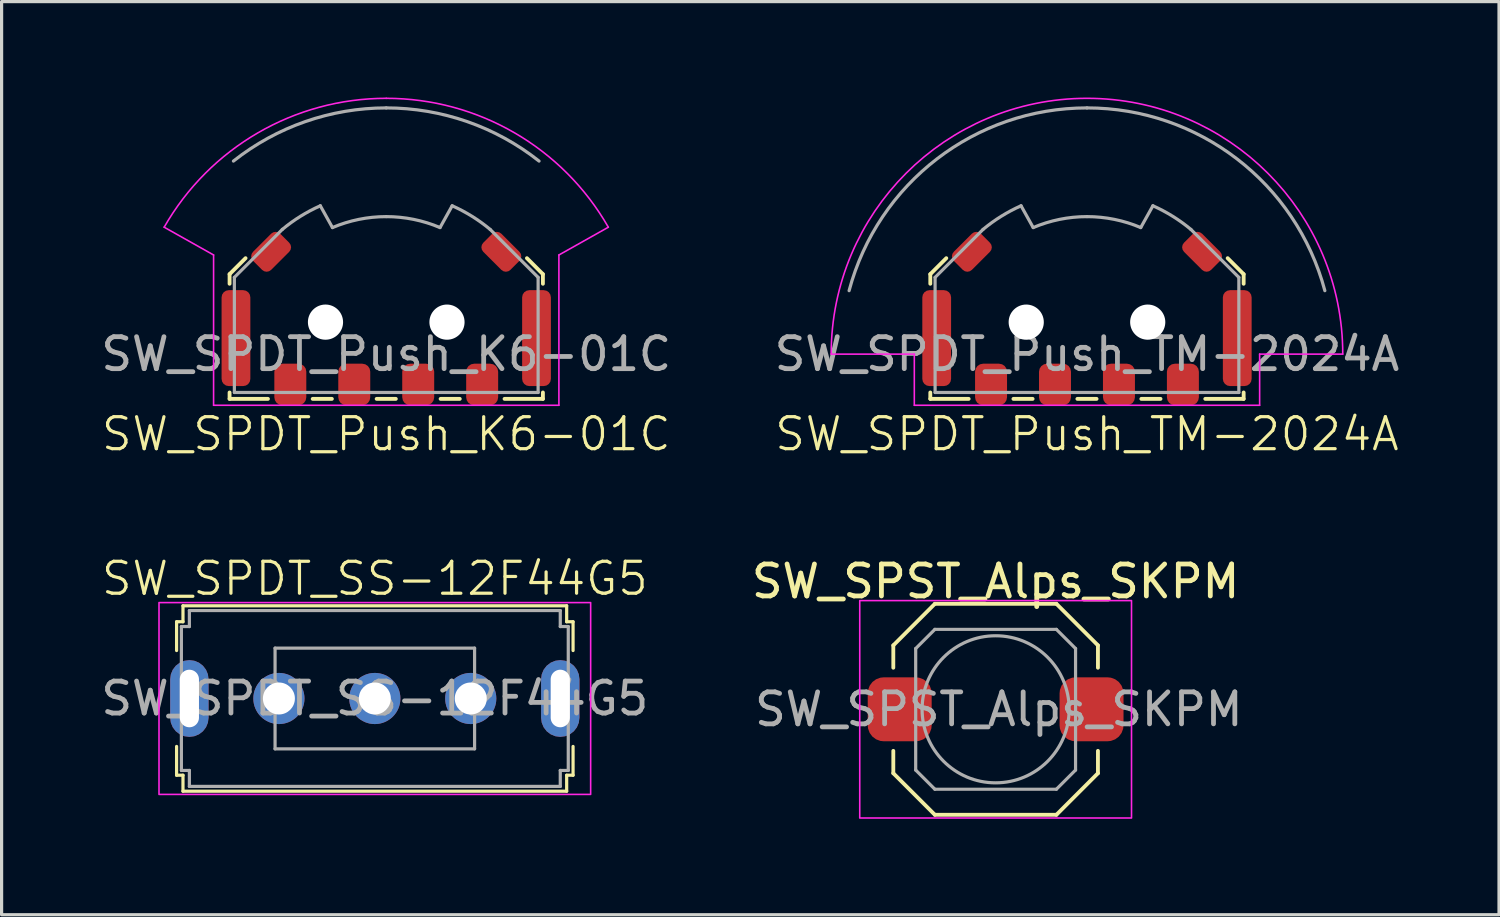
<source format=kicad_pcb>
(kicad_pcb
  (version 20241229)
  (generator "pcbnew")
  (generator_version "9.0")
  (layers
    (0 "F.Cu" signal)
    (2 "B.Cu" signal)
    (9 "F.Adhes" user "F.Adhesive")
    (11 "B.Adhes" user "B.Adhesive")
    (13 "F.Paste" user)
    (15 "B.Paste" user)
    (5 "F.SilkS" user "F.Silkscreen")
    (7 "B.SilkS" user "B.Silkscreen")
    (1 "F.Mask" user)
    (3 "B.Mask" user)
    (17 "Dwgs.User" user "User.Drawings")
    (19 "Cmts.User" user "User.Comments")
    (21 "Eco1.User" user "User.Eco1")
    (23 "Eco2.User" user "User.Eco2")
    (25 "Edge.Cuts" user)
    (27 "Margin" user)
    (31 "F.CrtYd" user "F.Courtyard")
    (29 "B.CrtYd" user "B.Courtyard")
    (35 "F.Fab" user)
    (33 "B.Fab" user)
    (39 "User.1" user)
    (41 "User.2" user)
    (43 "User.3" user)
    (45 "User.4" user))
  (footprint "SW_SPDT_Push_TM-2024A"
    (layer "F.Cu")
    (at 30.946 8.025)
    (property "Reference" "SW_SPDT_Push_TM-2024A" (at 0 2.5 0) (unlocked yes) (layer "F.SilkS") (effects (font (size 1 1) (thickness 0.1))))
    (attr smd)
    (fp_line (start -4.9 -2.5) (end -4.9 -2.2) (stroke (width 0.12) (type default)) (layer "F.SilkS"))
    (fp_line (start -4.9 1.2) (end -4.9 1.4) (stroke (width 0.12) (type default)) (layer "F.SilkS"))
    (fp_line (start -4.9 1.4) (end -3.7 1.4) (stroke (width 0.12) (type default)) (layer "F.SilkS"))
    (fp_line (start -4.4 -3) (end -4.9 -2.5) (stroke (width 0.12) (type default)) (layer "F.SilkS"))
    (fp_line (start -2.3 1.4) (end -1.7 1.4) (stroke (width 0.12) (type default)) (layer "F.SilkS"))
    (fp_line (start -0.3 1.4) (end 0.3 1.4) (stroke (width 0.12) (type default)) (layer "F.SilkS"))
    (fp_line (start 1.7 1.4) (end 2.3 1.4) (stroke (width 0.12) (type default)) (layer "F.SilkS"))
    (fp_line (start 3.7 1.4) (end 4.9 1.4) (stroke (width 0.12) (type default)) (layer "F.SilkS"))
    (fp_line (start 4.4 -3) (end 4.9 -2.5) (stroke (width 0.12) (type default)) (layer "F.SilkS"))
    (fp_line (start 4.9 -2.5) (end 4.9 -2.2) (stroke (width 0.12) (type default)) (layer "F.SilkS"))
    (fp_line (start 4.9 1.2) (end 4.9 1.4) (stroke (width 0.12) (type default)) (layer "F.SilkS"))
    (fp_line (start -8 0) (end -5.4 0) (stroke (width 0.05) (type default)) (layer "F.CrtYd"))
    (fp_line (start -5.4 1.6) (end -5.4 0) (stroke (width 0.05) (type default)) (layer "F.CrtYd"))
    (fp_line (start -5.4 1.6) (end 5.4 1.6) (stroke (width 0.05) (type default)) (layer "F.CrtYd"))
    (fp_line (start 5.4 0) (end 8 0) (stroke (width 0.05) (type default)) (layer "F.CrtYd"))
    (fp_line (start 5.4 1.6) (end 5.4 0) (stroke (width 0.05) (type default)) (layer "F.CrtYd"))
    (fp_arc (start -8 0) (mid 0 -8) (end 8 0) (stroke (width 0.05) (type default)) (layer "F.CrtYd"))
    (fp_line (start -4.75 -2.4) (end -4.75 1.2) (stroke (width 0.1) (type default)) (layer "F.Fab"))
    (fp_line (start -3.25 -3.9) (end -4.75 -2.4) (stroke (width 0.1) (type default)) (layer "F.Fab"))
    (fp_line (start -2.062 -4.639) (end -1.682 -3.957) (stroke (width 0.1) (type default)) (layer "F.Fab"))
    (fp_line (start 2.062 -4.639) (end 1.682 -3.957) (stroke (width 0.1) (type default)) (layer "F.Fab"))
    (fp_line (start 4.75 -2.4) (end 3.25 -3.9) (stroke (width 0.1) (type default)) (layer "F.Fab"))
    (fp_line (start 4.75 -2.4) (end 4.75 1.2) (stroke (width 0.1) (type default)) (layer "F.Fab"))
    (fp_line (start 4.75 1.2) (end -4.75 1.2) (stroke (width 0.1) (type default)) (layer "F.Fab"))
    (fp_arc (start -7.440009 -1.984002) (mid -4.691118 -6.106014) (end 0 -7.7) (stroke (width 0.1) (type default)) (layer "F.Fab"))
    (fp_arc (start -3.25 -3.9) (mid -2.681502 -4.31069) (end -2.061828 -4.639112) (stroke (width 0.1) (type default)) (layer "F.Fab"))
    (fp_arc (start -1.681905 -3.957423) (mid -0.85822 -4.213486) (end 0 -4.3) (stroke (width 0.1) (type default)) (layer "F.Fab"))
    (fp_arc (start 0 -7.7) (mid 4.691118 -6.106014) (end 7.440009 -1.984002) (stroke (width 0.1) (type default)) (layer "F.Fab"))
    (fp_arc (start 0 -4.3) (mid 0.85822 -4.213485) (end 1.681905 -3.957423) (stroke (width 0.1) (type default)) (layer "F.Fab"))
    (fp_arc (start 2.061828 -4.639112) (mid 2.681501 -4.31069) (end 3.25 -3.9) (stroke (width 0.1) (type default)) (layer "F.Fab"))
    (fp_text user "${REFERENCE}" (at 0 0 0) (unlocked yes) (layer "F.Fab") (effects (font (size 1 1) (thickness 0.15))))
    (pad "" np_thru_hole circle (at -1.9 -1) (size 1.1 1.1) (drill 1.1) (layers "*.Cu" "*.Mask"))
    (pad "" np_thru_hole circle (at 1.9 -1) (size 1.1 1.1) (drill 1.1) (layers "*.Cu" "*.Mask"))
    (pad "1" smd roundrect (at 3 0.95) (size 1 1.3) (layers "F.Cu" "F.Mask" "F.Paste") (roundrect_rratio 0.25))
    (pad "2" smd roundrect (at -3 0.95) (size 1 1.3) (layers "F.Cu" "F.Mask" "F.Paste") (roundrect_rratio 0.25))
    (pad "C" smd roundrect (at 1 0.95) (size 1 1.3) (layers "F.Cu" "F.Mask" "F.Paste") (roundrect_rratio 0.25))
    (pad "MP" smd roundrect (at -4.7 -0.5) (size 0.9 3) (layers "F.Cu" "F.Mask" "F.Paste") (roundrect_rratio 0.25))
    (pad "MP" smd roundrect (at -3.6 -3.2 315) (size 0.8 1.2) (layers "F.Cu" "F.Mask" "F.Paste") (roundrect_rratio 0.25))
    (pad "MP" smd roundrect (at 3.6 -3.2 45) (size 0.8 1.2) (layers "F.Cu" "F.Mask" "F.Paste") (roundrect_rratio 0.25))
    (pad "MP" smd roundrect (at 4.7 -0.5) (size 0.9 3) (layers "F.Cu" "F.Mask" "F.Paste") (roundrect_rratio 0.25))
    (pad "T" smd roundrect (at -1 0.95) (size 1 1.3) (layers "F.Cu" "F.Mask" "F.Paste") (roundrect_rratio 0.25)))
  (footprint "SW_SPDT_SS-12F44G5"
    (layer "F.Cu")
    (at 8.673 18.796)
    (property "Reference" "SW_SPDT_SS-12F44G5" (at 0 -3.75 0) (unlocked yes) (layer "F.SilkS") (effects (font (size 1 1) (thickness 0.1))))
    (attr smd)
    (fp_line (start -6.2 -2.4) (end -6.2 -1.5) (stroke (width 0.1) (type default)) (layer "F.SilkS"))
    (fp_line (start -6.2 2.4) (end -6.2 1.5) (stroke (width 0.1) (type default)) (layer "F.SilkS"))
    (fp_line (start -6 -2.9) (end -6 -2.4) (stroke (width 0.1) (type default)) (layer "F.SilkS"))
    (fp_line (start -6 -2.9) (end 6 -2.9) (stroke (width 0.1) (type default)) (layer "F.SilkS"))
    (fp_line (start -6 -2.4) (end -6.2 -2.4) (stroke (width 0.1) (type default)) (layer "F.SilkS"))
    (fp_line (start -6 2.4) (end -6.2 2.4) (stroke (width 0.1) (type default)) (layer "F.SilkS"))
    (fp_line (start -6 2.9) (end -6 2.4) (stroke (width 0.1) (type default)) (layer "F.SilkS"))
    (fp_line (start -6 2.9) (end 6 2.9) (stroke (width 0.1) (type default)) (layer "F.SilkS"))
    (fp_line (start 6 -2.9) (end 6 -2.4) (stroke (width 0.1) (type default)) (layer "F.SilkS"))
    (fp_line (start 6 -2.4) (end 6.2 -2.4) (stroke (width 0.1) (type default)) (layer "F.SilkS"))
    (fp_line (start 6 2.4) (end 6.2 2.4) (stroke (width 0.1) (type default)) (layer "F.SilkS"))
    (fp_line (start 6 2.9) (end 6 2.4) (stroke (width 0.1) (type default)) (layer "F.SilkS"))
    (fp_line (start 6.2 -2.4) (end 6.2 -1.5) (stroke (width 0.1) (type default)) (layer "F.SilkS"))
    (fp_line (start 6.2 2.4) (end 6.2 1.5) (stroke (width 0.1) (type default)) (layer "F.SilkS"))
    (fp_rect (start -6.75 -3) (end 6.75 3) (stroke (width 0.05) (type default)) (fill no) (layer "F.CrtYd"))
    (fp_line (start -6.05 -2.25) (end -6.05 2.25) (stroke (width 0.1) (type default)) (layer "F.Fab"))
    (fp_line (start -6.05 -2.25) (end -5.8 -2.25) (stroke (width 0.1) (type default)) (layer "F.Fab"))
    (fp_line (start -6.05 2.25) (end -5.8 2.25) (stroke (width 0.1) (type default)) (layer "F.Fab"))
    (fp_line (start -5.8 -2.75) (end -5.8 -2.25) (stroke (width 0.1) (type default)) (layer "F.Fab"))
    (fp_line (start -5.8 -2.75) (end 5.8 -2.75) (stroke (width 0.1) (type default)) (layer "F.Fab"))
    (fp_line (start -5.8 2.75) (end -5.8 2.25) (stroke (width 0.1) (type default)) (layer "F.Fab"))
    (fp_line (start -5.8 2.75) (end 5.8 2.75) (stroke (width 0.1) (type default)) (layer "F.Fab"))
    (fp_line (start -3.12 -1.575) (end 3.12 -1.575) (stroke (width 0.1) (type default)) (layer "F.Fab"))
    (fp_line (start -3.12 1.575) (end -3.12 -1.575) (stroke (width 0.1) (type default)) (layer "F.Fab"))
    (fp_line (start -3.12 1.575) (end 3.12 1.575) (stroke (width 0.1) (type default)) (layer "F.Fab"))
    (fp_line (start 3.12 -1.575) (end 3.12 1.575) (stroke (width 0.1) (type default)) (layer "F.Fab"))
    (fp_line (start 5.8 -2.75) (end 5.8 -2.25) (stroke (width 0.1) (type default)) (layer "F.Fab"))
    (fp_line (start 5.8 -2.25) (end 6.05 -2.25) (stroke (width 0.1) (type default)) (layer "F.Fab"))
    (fp_line (start 5.8 2.75) (end 5.8 2.25) (stroke (width 0.1) (type default)) (layer "F.Fab"))
    (fp_line (start 6.05 -2.25) (end 6.05 2.25) (stroke (width 0.1) (type default)) (layer "F.Fab"))
    (fp_line (start 6.05 2.25) (end 5.8 2.25) (stroke (width 0.1) (type default)) (layer "F.Fab"))
    (fp_text user "${REFERENCE}" (at 0 0 0) (unlocked yes) (layer "F.Fab") (effects (font (size 1 1) (thickness 0.15))))
    (pad "1" thru_hole circle (at -3 0) (size 1.6 1.6) (drill 1) (layers "*.Cu" "*.Mask"))
    (pad "2" thru_hole circle (at 0 0) (size 1.6 1.6) (drill 1) (layers "*.Cu" "*.Mask"))
    (pad "3" thru_hole circle (at 3 0) (size 1.6 1.6) (drill 1) (layers "*.Cu" "*.Mask"))
    (pad "SH" thru_hole roundrect (at -5.8 0) (size 1.2 2.4) (drill oval 0.6 1.8) (layers "*.Cu" "*.Mask") (roundrect_rratio 0.5))
    (pad "SH" thru_hole roundrect (at 5.8 0) (size 1.2 2.4) (drill oval 0.6 1.8) (layers "*.Cu" "*.Mask") (roundrect_rratio 0.5)))
  (footprint "SW_SPST_Alps_SKPM"
    (layer "F.Cu")
    (at 28.089 19.134)
    (property "Reference" "SW_SPST_Alps_SKPM" (at 0 -4 0) (unlocked yes) (layer "F.SilkS") (effects (font (size 1 1) (thickness 0.15))))
    (attr smd)
    (fp_line (start -3.2 -2) (end -3.2 -1.3) (stroke (width 0.12) (type default)) (layer "F.SilkS"))
    (fp_line (start -3.2 2) (end -3.2 1.3) (stroke (width 0.12) (type default)) (layer "F.SilkS"))
    (fp_line (start -1.9 -3.3) (end -3.2 -2) (stroke (width 0.12) (type default)) (layer "F.SilkS"))
    (fp_line (start -1.9 3.3) (end -3.2 2) (stroke (width 0.12) (type default)) (layer "F.SilkS"))
    (fp_line (start 1.9 -3.3) (end -1.9 -3.3) (stroke (width 0.12) (type default)) (layer "F.SilkS"))
    (fp_line (start 1.9 -3.3) (end 3.2 -2) (stroke (width 0.12) (type default)) (layer "F.SilkS"))
    (fp_line (start 1.9 3.3) (end -1.9 3.3) (stroke (width 0.12) (type default)) (layer "F.SilkS"))
    (fp_line (start 1.9 3.3) (end 3.2 2) (stroke (width 0.12) (type default)) (layer "F.SilkS"))
    (fp_line (start 3.2 -2) (end 3.2 -1.3) (stroke (width 0.12) (type default)) (layer "F.SilkS"))
    (fp_line (start 3.2 2) (end 3.2 1.3) (stroke (width 0.12) (type default)) (layer "F.SilkS"))
    (fp_rect (start -4.25 -3.4) (end 4.25 3.4) (stroke (width 0.05) (type default)) (fill no) (layer "F.CrtYd"))
    (fp_line (start -2.5 -1.9) (end -2.5 1.9) (stroke (width 0.1) (type default)) (layer "F.Fab"))
    (fp_line (start -1.9 -2.5) (end -2.5 -1.9) (stroke (width 0.1) (type default)) (layer "F.Fab"))
    (fp_line (start -1.9 2.5) (end -2.5 1.9) (stroke (width 0.1) (type default)) (layer "F.Fab"))
    (fp_line (start 1.9 -2.5) (end -1.9 -2.5) (stroke (width 0.1) (type default)) (layer "F.Fab"))
    (fp_line (start 1.9 -2.5) (end 2.5 -1.9) (stroke (width 0.1) (type default)) (layer "F.Fab"))
    (fp_line (start 1.9 2.5) (end -1.9 2.5) (stroke (width 0.1) (type default)) (layer "F.Fab"))
    (fp_line (start 1.9 2.5) (end 2.5 1.9) (stroke (width 0.1) (type default)) (layer "F.Fab"))
    (fp_line (start 2.5 -1.9) (end 2.5 1.9) (stroke (width 0.1) (type default)) (layer "F.Fab"))
    (fp_circle (center 0 0) (end 2.3 0) (stroke (width 0.1) (type default)) (fill no) (layer "F.Fab"))
    (fp_text user "${REFERENCE}" (at 0.1 0 0) (unlocked yes) (layer "F.Fab") (effects (font (size 1 1) (thickness 0.15))))
    (pad "1" smd roundrect (at -3 0) (size 2 2) (layers "F.Cu" "F.Mask" "F.Paste") (roundrect_rratio 0.25))
    (pad "2" smd roundrect (at 3 0) (size 2 2) (layers "F.Cu" "F.Mask" "F.Paste") (roundrect_rratio 0.25)))
  (footprint "SW_SPDT_Push_K6-01C"
    (layer "F.Cu")
    (at 9.03 8.025)
    (property "Reference" "SW_SPDT_Push_K6-01C" (at 0 2.5 0) (unlocked yes) (layer "F.SilkS") (effects (font (size 1 1) (thickness 0.1))))
    (attr smd)
    (fp_line (start -4.9 -2.5) (end -4.9 -2.2) (stroke (width 0.12) (type default)) (layer "F.SilkS"))
    (fp_line (start -4.9 1.2) (end -4.9 1.4) (stroke (width 0.12) (type default)) (layer "F.SilkS"))
    (fp_line (start -4.9 1.4) (end -3.7 1.4) (stroke (width 0.12) (type default)) (layer "F.SilkS"))
    (fp_line (start -4.4 -3) (end -4.9 -2.5) (stroke (width 0.12) (type default)) (layer "F.SilkS"))
    (fp_line (start -2.3 1.4) (end -1.7 1.4) (stroke (width 0.12) (type default)) (layer "F.SilkS"))
    (fp_line (start -0.3 1.4) (end 0.3 1.4) (stroke (width 0.12) (type default)) (layer "F.SilkS"))
    (fp_line (start 1.7 1.4) (end 2.3 1.4) (stroke (width 0.12) (type default)) (layer "F.SilkS"))
    (fp_line (start 3.7 1.4) (end 4.9 1.4) (stroke (width 0.12) (type default)) (layer "F.SilkS"))
    (fp_line (start 4.4 -3) (end 4.9 -2.5) (stroke (width 0.12) (type default)) (layer "F.SilkS"))
    (fp_line (start 4.9 -2.5) (end 4.9 -2.2) (stroke (width 0.12) (type default)) (layer "F.SilkS"))
    (fp_line (start 4.9 1.2) (end 4.9 1.4) (stroke (width 0.12) (type default)) (layer "F.SilkS"))
    (fp_line (start -6.946 -3.969) (end -5.4 -3.1) (stroke (width 0.05) (type default)) (layer "F.CrtYd"))
    (fp_line (start -5.4 1.6) (end -5.4 -3.1) (stroke (width 0.05) (type default)) (layer "F.CrtYd"))
    (fp_line (start -5.4 1.6) (end 5.4 1.6) (stroke (width 0.05) (type default)) (layer "F.CrtYd"))
    (fp_line (start 5.4 -3.1) (end 6.946 -3.969) (stroke (width 0.05) (type default)) (layer "F.CrtYd"))
    (fp_line (start 5.4 1.6) (end 5.4 -3.1) (stroke (width 0.05) (type default)) (layer "F.CrtYd"))
    (fp_arc (start -6.945945 -3.969112) (mid -4.015414 -6.919281) (end 0 -8) (stroke (width 0.05) (type default)) (layer "F.CrtYd"))
    (fp_arc (start 0 -8) (mid 4.015414 -6.919281) (end 6.945945 -3.969112) (stroke (width 0.05) (type default)) (layer "F.CrtYd"))
    (fp_line (start -4.75 -2.4) (end -4.75 1.2) (stroke (width 0.1) (type default)) (layer "F.Fab"))
    (fp_line (start -3.25 -3.9) (end -4.75 -2.4) (stroke (width 0.1) (type default)) (layer "F.Fab"))
    (fp_line (start -2.062 -4.639) (end -1.682 -3.957) (stroke (width 0.1) (type default)) (layer "F.Fab"))
    (fp_line (start 2.062 -4.639) (end 1.682 -3.957) (stroke (width 0.1) (type default)) (layer "F.Fab"))
    (fp_line (start 4.75 -2.4) (end 3.25 -3.9) (stroke (width 0.1) (type default)) (layer "F.Fab"))
    (fp_line (start 4.75 -2.4) (end 4.75 1.2) (stroke (width 0.1) (type default)) (layer "F.Fab"))
    (fp_line (start 4.75 1.2) (end -4.75 1.2) (stroke (width 0.1) (type default)) (layer "F.Fab"))
    (fp_arc (start -4.779413 -6.037153) (mid -2.53021 -7.272417) (end 0 -7.7) (stroke (width 0.1) (type default)) (layer "F.Fab"))
    (fp_arc (start -3.25 -3.9) (mid -2.681502 -4.31069) (end -2.061828 -4.639112) (stroke (width 0.1) (type default)) (layer "F.Fab"))
    (fp_arc (start -1.681905 -3.957423) (mid -0.85822 -4.213486) (end 0 -4.3) (stroke (width 0.1) (type default)) (layer "F.Fab"))
    (fp_arc (start 0 -7.7) (mid 2.53021 -7.272416) (end 4.779413 -6.037153) (stroke (width 0.1) (type default)) (layer "F.Fab"))
    (fp_arc (start 0 -4.3) (mid 0.85822 -4.213485) (end 1.681905 -3.957423) (stroke (width 0.1) (type default)) (layer "F.Fab"))
    (fp_arc (start 2.061828 -4.639112) (mid 2.681501 -4.31069) (end 3.25 -3.9) (stroke (width 0.1) (type default)) (layer "F.Fab"))
    (fp_text user "${REFERENCE}" (at 0 0 0) (unlocked yes) (layer "F.Fab") (effects (font (size 1 1) (thickness 0.15))))
    (pad "" np_thru_hole circle (at -1.9 -1) (size 1.1 1.1) (drill 1.1) (layers "*.Cu" "*.Mask"))
    (pad "" np_thru_hole circle (at 1.9 -1) (size 1.1 1.1) (drill 1.1) (layers "*.Cu" "*.Mask"))
    (pad "1" smd roundrect (at 3 0.95) (size 1 1.3) (layers "F.Cu" "F.Mask" "F.Paste") (roundrect_rratio 0.25))
    (pad "2" smd roundrect (at -3 0.95) (size 1 1.3) (layers "F.Cu" "F.Mask" "F.Paste") (roundrect_rratio 0.25))
    (pad "C" smd roundrect (at 1 0.95) (size 1 1.3) (layers "F.Cu" "F.Mask" "F.Paste") (roundrect_rratio 0.25))
    (pad "MP" smd roundrect (at -4.7 -0.5) (size 0.9 3) (layers "F.Cu" "F.Mask" "F.Paste") (roundrect_rratio 0.25))
    (pad "MP" smd roundrect (at -3.6 -3.2 315) (size 0.8 1.2) (layers "F.Cu" "F.Mask" "F.Paste") (roundrect_rratio 0.25))
    (pad "MP" smd roundrect (at 3.6 -3.2 45) (size 0.8 1.2) (layers "F.Cu" "F.Mask" "F.Paste") (roundrect_rratio 0.25))
    (pad "MP" smd roundrect (at 4.7 -0.5) (size 0.9 3) (layers "F.Cu" "F.Mask" "F.Paste") (roundrect_rratio 0.25))
    (pad "T" smd roundrect (at -1 0.95) (size 1 1.3) (layers "F.Cu" "F.Mask" "F.Paste") (roundrect_rratio 0.25)))
  (gr_rect
    (start -3 -3)
    (end 43.833 25.559)
    (stroke (width 0.1) (type default))
    (fill no)
    (layer "Edge.Cuts")))
</source>
